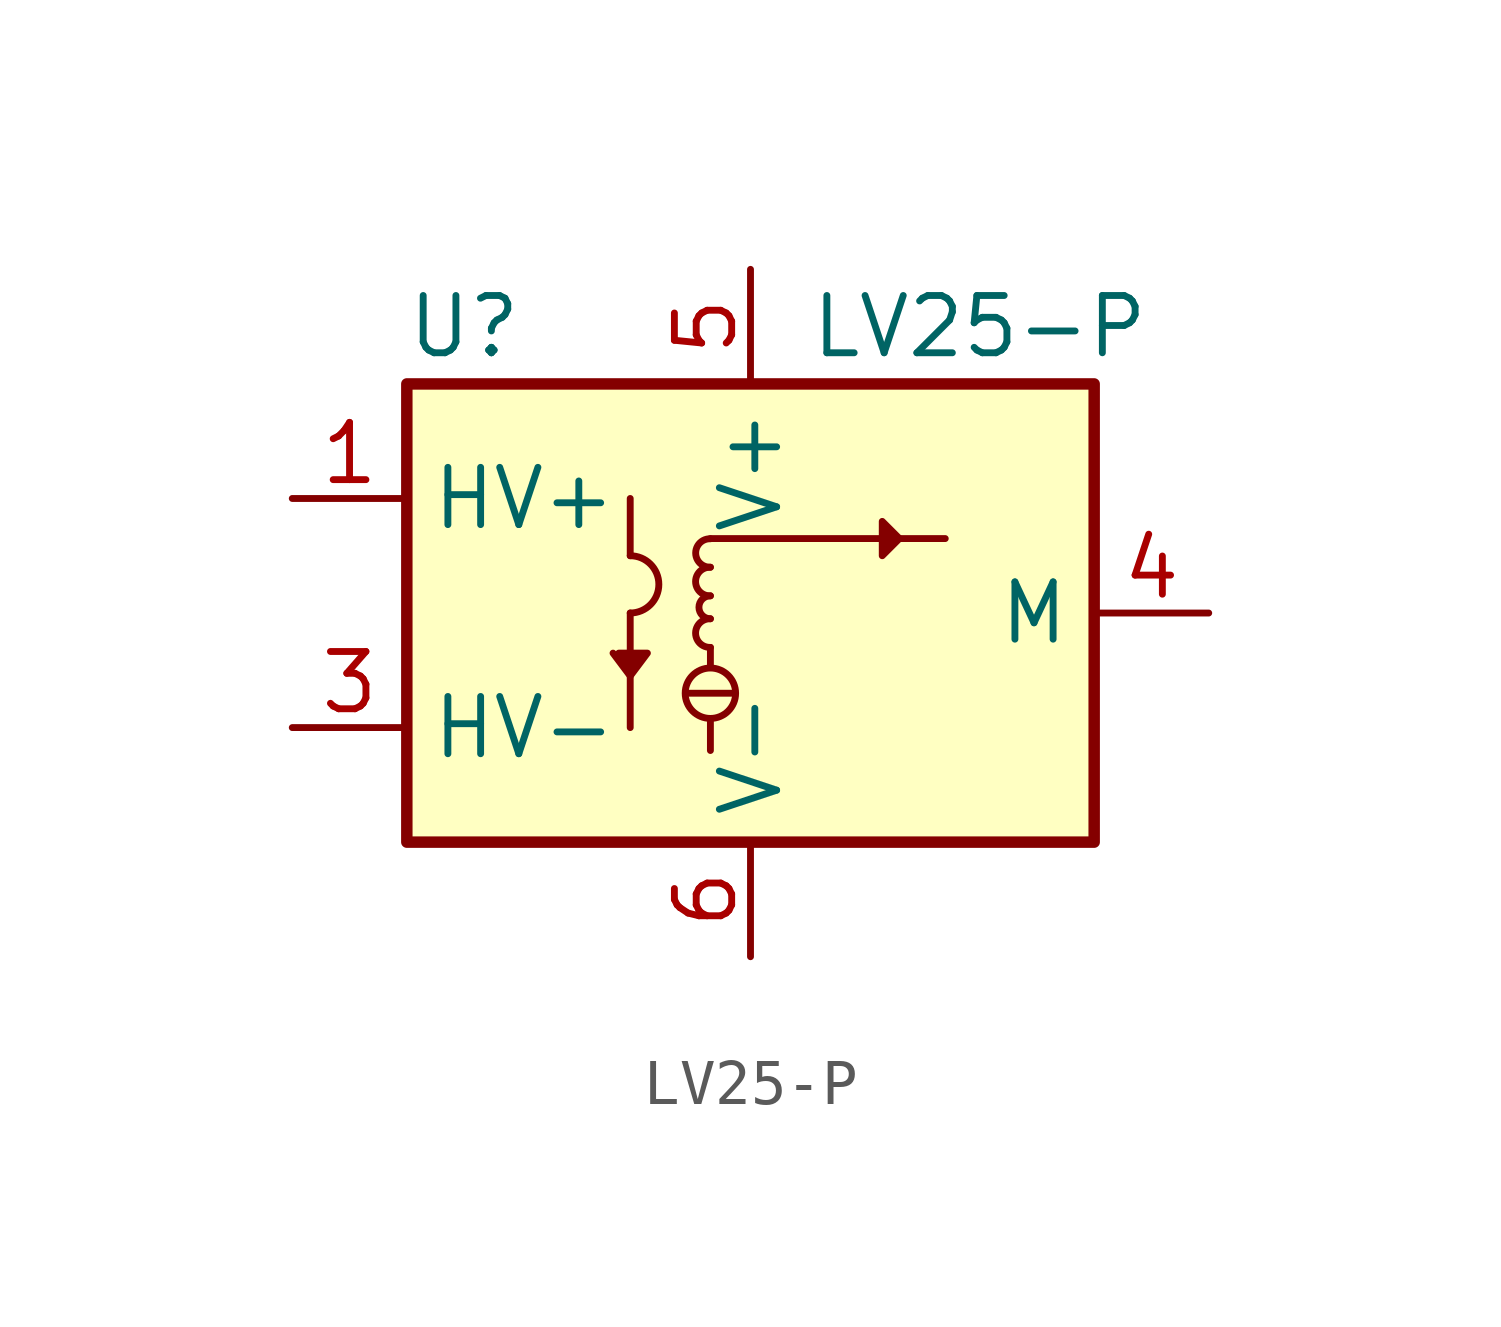
<source format=kicad_sym>
(kicad_symbol_lib
  (version 20201005)
  (generator kicad_symbol_editor)
  (symbol "Sensor_Voltage:LV25-P"
    (property "Reference" "U"
      (at -6.35 6.35 0)
      (effects (font (size 1.27 1.27))))
    (property "Value" "LV25-P"
      (at 5.08 6.35 0)
      (effects (font (size 1.27 1.27))))
    (symbol "LV25-P_0_1"
      (arc (start -2.667 0) (end -2.667 1.27) (radius (at -2.667 0.635) (length 0.635) (angles -89.9 89.9)) (stroke (width 0)) (fill (type none)))
      (arc (start -0.889 -0.127) (end -0.889 -0.762) (radius (at -0.889 -0.4318) (length 0.3048) (angles 90.1 -90.1)) (stroke (width 0)) (fill (type none)))
      (arc (start -0.889 0.381) (end -0.889 -0.127) (radius (at -0.889 0.127) (length 0.254) (angles 90.1 -90.1)) (stroke (width 0)) (fill (type none)))
      (arc (start -0.889 1.016) (end -0.889 0.381) (radius (at -0.889 0.7112) (length 0.3048) (angles 90.1 -90.1)) (stroke (width 0)) (fill (type none)))
      (arc (start -0.889 1.651) (end -0.889 1.016) (radius (at -0.889 1.3462) (length 0.3048) (angles 90.1 -90.1)) (stroke (width 0)) (fill (type none)))
      (circle (center -0.889 -1.778) (radius 0.559) (stroke (width 0)) (fill (type none)))
      (rectangle (start 7.62 -5.08) (end -7.62 5.08) (stroke (width 0.254)) (fill (type background)))
      (polyline (pts (xy -2.667 0) (xy -2.667 -2.54)) (stroke (width 0)) (fill (type none)))
      (polyline (pts (xy -2.667 2.54) (xy -2.667 1.27)) (stroke (width 0)) (fill (type none)))
      (polyline (pts (xy -1.397 -1.778) (xy -0.381 -1.778)) (stroke (width 0)) (fill (type none)))
      (polyline (pts (xy -0.889 -2.413) (xy -0.889 -3.048)) (stroke (width 0)) (fill (type none)))
      (polyline (pts (xy -0.889 -1.143) (xy -0.889 -0.762)) (stroke (width 0)) (fill (type none)))
      (polyline (pts (xy -0.889 1.651) (xy 4.318 1.651)) (stroke (width 0)) (fill (type none)))
      (polyline (pts (xy -2.921 -0.889) (xy -2.286 -0.889) (xy -2.667 -1.397) (xy -3.048 -0.889)) (stroke (width 0)) (fill (type outline)))
      (polyline (pts (xy 3.302 1.651) (xy 2.921 2.032) (xy 2.921 1.27) (xy 3.302 1.651)) (stroke (width 0)) (fill (type outline))))
    (symbol "LV25-P_1_1"
      (pin input line (at -10.16 2.54 0) (length 2.54) (name "HV+" (effects (font (size 1.27 1.27)))) (number "1" (effects (font (size 1.27 1.27)))))
      (pin input line (at -10.16 -2.54 0) (length 2.54) (name "HV-" (effects (font (size 1.27 1.27)))) (number "3" (effects (font (size 1.27 1.27)))))
      (pin output line (at 10.16 0 180) (length 2.54) (name "M" (effects (font (size 1.27 1.27)))) (number "4" (effects (font (size 1.27 1.27)))))
      (pin power_in line (at 0 7.62 270) (length 2.54) (name "V+" (effects (font (size 1.27 1.27)))) (number "5" (effects (font (size 1.27 1.27)))))
      (pin power_in line (at 0 -7.62 90) (length 2.54) (name "V-" (effects (font (size 1.27 1.27)))) (number "6" (effects (font (size 1.27 1.27))))))))
</source>
